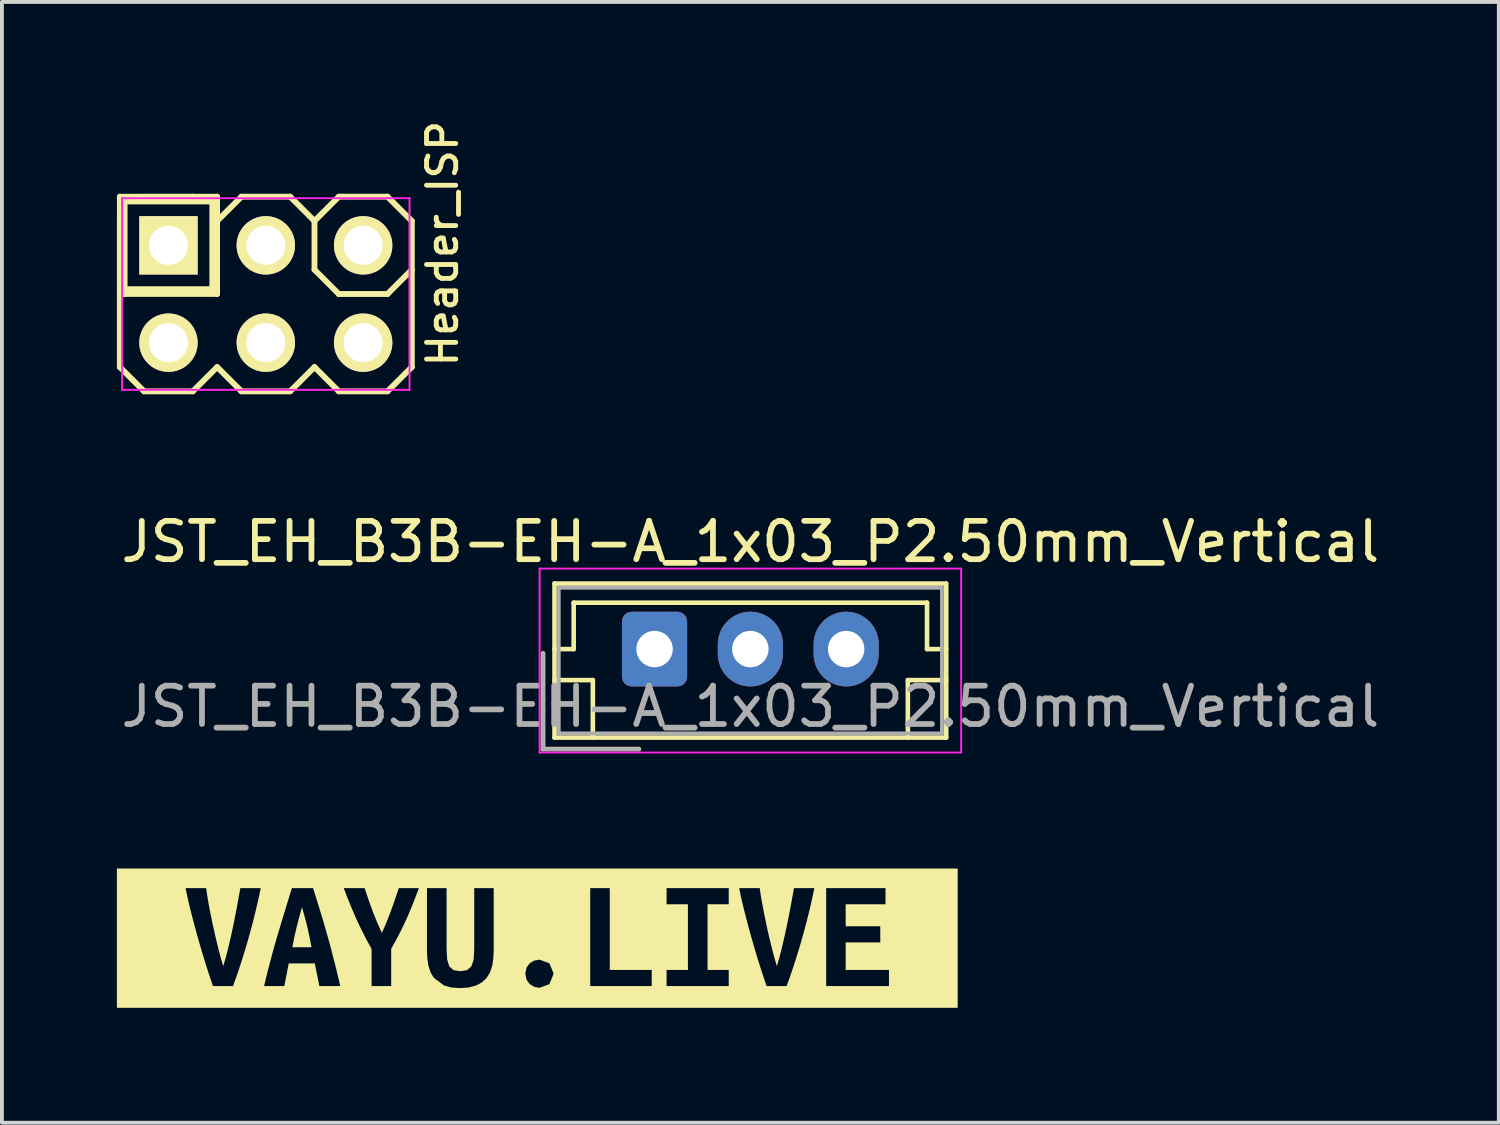
<source format=kicad_pcb>
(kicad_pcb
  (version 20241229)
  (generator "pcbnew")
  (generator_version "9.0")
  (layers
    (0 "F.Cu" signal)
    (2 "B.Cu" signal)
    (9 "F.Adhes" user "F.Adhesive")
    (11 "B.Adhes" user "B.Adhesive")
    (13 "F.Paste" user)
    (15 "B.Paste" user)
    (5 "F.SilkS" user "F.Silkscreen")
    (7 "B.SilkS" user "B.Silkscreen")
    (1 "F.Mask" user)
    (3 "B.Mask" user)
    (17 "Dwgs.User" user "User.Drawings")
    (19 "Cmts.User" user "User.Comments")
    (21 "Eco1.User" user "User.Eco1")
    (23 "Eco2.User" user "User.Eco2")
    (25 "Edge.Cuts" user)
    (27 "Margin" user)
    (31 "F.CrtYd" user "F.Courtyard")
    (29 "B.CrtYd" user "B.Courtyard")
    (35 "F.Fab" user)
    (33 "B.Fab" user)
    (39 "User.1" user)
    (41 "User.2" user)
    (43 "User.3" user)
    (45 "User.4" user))
  (footprint "Header_ISP"
    (layer "F.Cu")
    (at 3.886 4.622)
    (property "Reference" "Header_ISP" (at 4.61 -1.315 270) (layer "F.SilkS") (effects (font (size 0.762 0.762) (thickness 0.127))))
    (attr smd)
    (fp_line (start -3.81 -2.54) (end -3.175 -2.54) (stroke (width 0.15) (type solid)) (layer "F.SilkS"))
    (fp_line (start -3.81 -1.905) (end -3.81 -2.54) (stroke (width 0.15) (type solid)) (layer "F.SilkS"))
    (fp_line (start -3.81 1.905) (end -3.81 -1.905) (stroke (width 0.152) (type solid)) (layer "F.SilkS"))
    (fp_line (start -3.683 -2.413) (end -1.397 -2.413) (stroke (width 0.15) (type solid)) (layer "F.SilkS"))
    (fp_line (start -3.683 0) (end -3.683 -2.413) (stroke (width 0.15) (type solid)) (layer "F.SilkS"))
    (fp_line (start -3.175 -2.54) (end -1.905 -2.54) (stroke (width 0.152) (type solid)) (layer "F.SilkS"))
    (fp_line (start -3.175 2.54) (end -3.81 1.905) (stroke (width 0.152) (type solid)) (layer "F.SilkS"))
    (fp_line (start -1.905 -2.54) (end -1.27 -2.54) (stroke (width 0.15) (type solid)) (layer "F.SilkS"))
    (fp_line (start -1.905 2.54) (end -3.175 2.54) (stroke (width 0.152) (type solid)) (layer "F.SilkS"))
    (fp_line (start -1.397 -2.413) (end -1.397 -0.127) (stroke (width 0.15) (type solid)) (layer "F.SilkS"))
    (fp_line (start -1.397 -0.127) (end -3.683 -0.127) (stroke (width 0.15) (type solid)) (layer "F.SilkS"))
    (fp_line (start -1.27 -2.54) (end -1.27 -1.905) (stroke (width 0.15) (type solid)) (layer "F.SilkS"))
    (fp_line (start -1.27 -1.905) (end -1.27 0) (stroke (width 0.15) (type solid)) (layer "F.SilkS"))
    (fp_line (start -1.27 -1.905) (end -0.635 -2.54) (stroke (width 0.152) (type solid)) (layer "F.SilkS"))
    (fp_line (start -1.27 0) (end -3.81 0) (stroke (width 0.15) (type solid)) (layer "F.SilkS"))
    (fp_line (start -1.27 1.905) (end -1.905 2.54) (stroke (width 0.152) (type solid)) (layer "F.SilkS"))
    (fp_line (start -0.635 -2.54) (end 0.635 -2.54) (stroke (width 0.152) (type solid)) (layer "F.SilkS"))
    (fp_line (start -0.635 2.54) (end -1.27 1.905) (stroke (width 0.152) (type solid)) (layer "F.SilkS"))
    (fp_line (start 0.635 -2.54) (end 1.27 -1.905) (stroke (width 0.152) (type solid)) (layer "F.SilkS"))
    (fp_line (start 0.635 2.54) (end -0.635 2.54) (stroke (width 0.152) (type solid)) (layer "F.SilkS"))
    (fp_line (start 1.27 -1.905) (end 1.27 -0.635) (stroke (width 0.152) (type solid)) (layer "F.SilkS"))
    (fp_line (start 1.27 -1.905) (end 1.905 -2.54) (stroke (width 0.152) (type solid)) (layer "F.SilkS"))
    (fp_line (start 1.27 -0.635) (end 1.905 0) (stroke (width 0.152) (type solid)) (layer "F.SilkS"))
    (fp_line (start 1.27 1.905) (end 0.635 2.54) (stroke (width 0.152) (type solid)) (layer "F.SilkS"))
    (fp_line (start 1.905 -2.54) (end 3.175 -2.54) (stroke (width 0.152) (type solid)) (layer "F.SilkS"))
    (fp_line (start 1.905 0) (end 3.175 0) (stroke (width 0.152) (type solid)) (layer "F.SilkS"))
    (fp_line (start 1.905 2.54) (end 1.27 1.905) (stroke (width 0.152) (type solid)) (layer "F.SilkS"))
    (fp_line (start 3.175 -2.54) (end 3.81 -1.905) (stroke (width 0.152) (type solid)) (layer "F.SilkS"))
    (fp_line (start 3.175 0) (end 3.81 -0.635) (stroke (width 0.152) (type solid)) (layer "F.SilkS"))
    (fp_line (start 3.175 2.54) (end 1.905 2.54) (stroke (width 0.152) (type solid)) (layer "F.SilkS"))
    (fp_line (start 3.81 -1.905) (end 3.81 1.905) (stroke (width 0.152) (type solid)) (layer "F.SilkS"))
    (fp_line (start 3.81 1.905) (end 3.175 2.54) (stroke (width 0.152) (type solid)) (layer "F.SilkS"))
    (fp_line (start -3.75 -2.5) (end 3.75 -2.5) (stroke (width 0.05) (type solid)) (layer "F.CrtYd"))
    (fp_line (start -3.75 2.5) (end -3.75 -2.5) (stroke (width 0.05) (type solid)) (layer "F.CrtYd"))
    (fp_line (start 3.75 -2.5) (end 3.75 2.5) (stroke (width 0.05) (type solid)) (layer "F.CrtYd"))
    (fp_line (start 3.75 2.5) (end -3.75 2.5) (stroke (width 0.05) (type solid)) (layer "F.CrtYd"))
    (pad "1" thru_hole circle (at 2.54 1.27) (size 1.524 1.524) (drill 1.016) (layers "*.Cu" "*.Mask" "F.SilkS"))
    (pad "2" thru_hole circle (at 2.54 -1.27) (size 1.524 1.524) (drill 1.016) (layers "*.Cu" "*.Mask" "F.SilkS"))
    (pad "3" thru_hole circle (at 0 1.27) (size 1.524 1.524) (drill 1.016) (layers "*.Cu" "*.Mask" "F.SilkS"))
    (pad "4" thru_hole circle (at 0 -1.27) (size 1.524 1.524) (drill 1.016) (layers "*.Cu" "*.Mask" "F.SilkS"))
    (pad "5" thru_hole circle (at -2.54 1.27) (size 1.524 1.524) (drill 1.016) (layers "*.Cu" "*.Mask" "F.SilkS"))
    (pad "6" thru_hole rect (at -2.54 -1.27) (size 1.524 1.524) (drill 1.016) (layers "*.Cu" "*.Mask" "F.SilkS")))
  (footprint "JST_EH_B3B-EH-A_1x03_P2.50mm_Vertical"
    (layer "F.Cu")
    (at 14.03 13.887)
    (property "Reference" "JST_EH_B3B-EH-A_1x03_P2.50mm_Vertical" (at 2.5 -2.8 0) (layer "F.SilkS") (effects (font (size 1 1) (thickness 0.15))))
    (attr through_hole)
    (fp_line (start -2.91 0.11) (end -2.91 2.61) (stroke (width 0.12) (type solid)) (layer "F.SilkS"))
    (fp_line (start -2.91 2.61) (end -0.41 2.61) (stroke (width 0.12) (type solid)) (layer "F.SilkS"))
    (fp_line (start -2.61 -1.71) (end -2.61 2.31) (stroke (width 0.12) (type solid)) (layer "F.SilkS"))
    (fp_line (start -2.61 0) (end -2.11 0) (stroke (width 0.12) (type solid)) (layer "F.SilkS"))
    (fp_line (start -2.61 0.81) (end -1.61 0.81) (stroke (width 0.12) (type solid)) (layer "F.SilkS"))
    (fp_line (start -2.61 2.31) (end 7.61 2.31) (stroke (width 0.12) (type solid)) (layer "F.SilkS"))
    (fp_line (start -2.11 -1.21) (end 7.11 -1.21) (stroke (width 0.12) (type solid)) (layer "F.SilkS"))
    (fp_line (start -2.11 0) (end -2.11 -1.21) (stroke (width 0.12) (type solid)) (layer "F.SilkS"))
    (fp_line (start -1.61 0.81) (end -1.61 2.31) (stroke (width 0.12) (type solid)) (layer "F.SilkS"))
    (fp_line (start 6.61 0.81) (end 6.61 2.31) (stroke (width 0.12) (type solid)) (layer "F.SilkS"))
    (fp_line (start 7.11 -1.21) (end 7.11 0) (stroke (width 0.12) (type solid)) (layer "F.SilkS"))
    (fp_line (start 7.11 0) (end 7.61 0) (stroke (width 0.12) (type solid)) (layer "F.SilkS"))
    (fp_line (start 7.61 -1.71) (end -2.61 -1.71) (stroke (width 0.12) (type solid)) (layer "F.SilkS"))
    (fp_line (start 7.61 0.81) (end 6.61 0.81) (stroke (width 0.12) (type solid)) (layer "F.SilkS"))
    (fp_line (start 7.61 2.31) (end 7.61 -1.71) (stroke (width 0.12) (type solid)) (layer "F.SilkS"))
    (fp_line (start -3 -2.1) (end -3 2.7) (stroke (width 0.05) (type solid)) (layer "F.CrtYd"))
    (fp_line (start -3 2.7) (end 8 2.7) (stroke (width 0.05) (type solid)) (layer "F.CrtYd"))
    (fp_line (start 8 -2.1) (end -3 -2.1) (stroke (width 0.05) (type solid)) (layer "F.CrtYd"))
    (fp_line (start 8 2.7) (end 8 -2.1) (stroke (width 0.05) (type solid)) (layer "F.CrtYd"))
    (fp_line (start -2.91 0.11) (end -2.91 2.61) (stroke (width 0.1) (type solid)) (layer "F.Fab"))
    (fp_line (start -2.91 2.61) (end -0.41 2.61) (stroke (width 0.1) (type solid)) (layer "F.Fab"))
    (fp_line (start -2.5 -1.6) (end -2.5 2.2) (stroke (width 0.1) (type solid)) (layer "F.Fab"))
    (fp_line (start -2.5 2.2) (end 7.5 2.2) (stroke (width 0.1) (type solid)) (layer "F.Fab"))
    (fp_line (start 7.5 -1.6) (end -2.5 -1.6) (stroke (width 0.1) (type solid)) (layer "F.Fab"))
    (fp_line (start 7.5 2.2) (end 7.5 -1.6) (stroke (width 0.1) (type solid)) (layer "F.Fab"))
    (fp_text user "${REFERENCE}" (at 2.5 1.5 0) (layer "F.Fab") (effects (font (size 1 1) (thickness 0.15))))
    (pad "1" thru_hole roundrect (at 0 0) (size 1.7 1.95) (drill 0.95) (layers "*.Cu" "*.Mask") (roundrect_rratio 0.147))
    (pad "2" thru_hole oval (at 2.5 0) (size 1.7 1.95) (drill 0.95) (layers "*.Cu" "*.Mask"))
    (pad "3" thru_hole oval (at 5 0) (size 1.7 1.95) (drill 0.95) (layers "*.Cu" "*.Mask")))
  (footprint "label_vayu"
    (layer "F.Cu")
    (at 10.97 21.43)
    (property "Reference" "label_vayu" (at 0 -1.817 0) (layer "F.SilkS") (effects (font (size 0.001 0.001) (thickness 0.000003))))
    (attr exclude_from_pos_files exclude_from_bom)
    (fp_poly (pts (xy -6.14 -0.809) (xy -6.216 -0.535) (xy -6.282 -0.279) (xy -6.34 -0.025) (xy -6.391 0.239) (xy -5.892 0.239) (xy -5.942 -0.025) (xy -5.997 -0.279) (xy -6.063 -0.535) (xy -6.14 -0.809)) (stroke (width 0) (type solid)) (fill yes) (layer "F.SilkS"))
    (fp_poly (pts (xy -10.458 -1.817) (xy -8.463 1.251) (xy -8.566 0.947) (xy -8.674 0.607) (xy -8.747 0.368) (xy -8.817 0.129) (xy -8.884 -0.109) (xy -8.948 -0.343) (xy -9.007 -0.568) (xy -9.062 -0.784) (xy -9.13 -1.073) (xy -9.177 -1.304) (xy -8.641 -1.304) (xy -8.61 -1.09) (xy -8.567 -0.844) (xy -8.515 -0.578) (xy -8.457 -0.303) (xy -8.395 -0.027) (xy -8.329 0.246) (xy -8.262 0.502) (xy -8.195 0.731) (xy -8.129 0.505) (xy -8.063 0.25) (xy -7.999 -0.023) (xy -7.939 -0.299) (xy -7.884 -0.574) (xy -7.832 -0.842) (xy -7.787 -1.09) (xy -7.749 -1.304) (xy -7.217 -1.304) (xy -7.272 -1.042) (xy -7.339 -0.751) (xy -7.416 -0.438) (xy -7.504 -0.109) (xy -7.568 0.116) (xy -7.636 0.345) (xy -7.708 0.576) (xy -7.783 0.806) (xy -7.86 1.031) (xy -7.939 1.251) (xy -8.463 1.251) (xy -10.458 -1.817) (xy -10.97 -1.817) (xy -10.97 1.817) (xy -5.686 1.251) (xy -5.805 0.66) (xy -6.486 0.66) (xy -6.602 1.251) (xy -7.13 1.251) (xy -7.057 0.954) (xy -6.984 0.668) (xy -6.911 0.393) (xy -6.837 0.128) (xy -6.763 -0.126) (xy -6.671 -0.432) (xy -6.58 -0.731) (xy -6.491 -1.022) (xy -6.404 -1.304) (xy -5.851 -1.304) (xy -5.76 -1.019) (xy -5.67 -0.726) (xy -5.579 -0.424) (xy -5.49 -0.114) (xy -5.418 0.142) (xy -4.469 0.016) (xy -4.601 -0.245) (xy -4.722 -0.501) (xy -4.834 -0.76) (xy -4.944 -1.028) (xy -5.05 -1.304) (xy -4.505 -1.304) (xy -4.405 -1.005) (xy -4.295 -0.7) (xy -4.177 -0.405) (xy -4.055 -0.136) (xy -3.95 -0.376) (xy -3.83 -0.681) (xy -3.772 -0.843) (xy -3.715 -1.007) (xy -3.614 -1.304) (xy -3.089 -1.304) (xy -3.168 -1.097) (xy -3.246 -0.896) (xy -3.327 -0.699) (xy -3.411 -0.504) (xy -3.501 -0.31) (xy -3.597 -0.118) (xy -3.7 0.077) (xy -3.812 0.277) (xy -3.812 1.251) (xy -4.324 1.251) (xy -4.324 0.281) (xy -4.469 0.016) (xy -5.418 0.142) (xy -5.348 0.407) (xy -5.278 0.68) (xy -5.209 0.961) (xy -5.141 1.251) (xy -5.686 1.251) (xy -10.97 1.817) (xy -10.458 1.817) (xy -2.016 1.304) (xy -2.244 1.287) (xy -2.431 1.236) (xy -2.697 1.04) (xy -2.782 0.899) (xy -2.838 0.731) (xy -2.869 0.539) (xy -2.879 0.326) (xy -2.879 -1.304) (xy -2.367 -1.304) (xy -2.367 0.293) (xy -2.351 0.563) (xy -2.295 0.739) (xy -2.186 0.834) (xy -2.008 0.863) (xy -1.831 0.834) (xy -1.719 0.737) (xy -1.661 0.559) (xy -1.645 0.289) (xy -1.645 -1.304) (xy -1.137 -1.304) (xy -1.137 0.326) (xy -1.147 0.539) (xy -1.178 0.731) (xy -0.312 0.925) (xy -0.281 0.77) (xy -0.198 0.656) (xy -0.08 0.586) (xy 0.06 0.561) (xy 0.316 0.656) (xy 0.427 0.925) (xy 0.316 1.201) (xy 0.06 1.296) (xy -0.08 1.271) (xy -0.198 1.199) (xy -0.281 1.083) (xy -0.312 0.925) (xy -1.178 0.731) (xy -1.235 0.899) (xy -1.323 1.04) (xy -1.443 1.153) (xy -1.595 1.236) (xy -1.785 1.287) (xy -2.016 1.304) (xy -10.458 1.817) (xy 10.458 1.817) (xy 2.986 1.251) (xy 1.381 1.251) (xy 1.381 -1.304) (xy 1.892 -1.304) (xy 1.892 0.83) (xy 2.986 0.83) (xy 2.986 1.251) (xy 10.458 1.817) (xy 10.97 1.817) (xy 3.374 1.251) (xy 3.374 0.83) (xy 3.931 0.83) (xy 3.931 -0.883) (xy 3.374 -0.883) (xy 3.374 -1.304) (xy 4.996 -1.304) (xy 4.996 -0.883) (xy 4.443 -0.883) (xy 4.443 0.83) (xy 4.996 0.83) (xy 5.983 1.251) (xy 5.881 0.947) (xy 5.772 0.607) (xy 5.699 0.368) (xy 5.629 0.129) (xy 5.562 -0.109) (xy 5.498 -0.343) (xy 5.439 -0.568) (xy 5.384 -0.784) (xy 5.316 -1.073) (xy 5.269 -1.304) (xy 5.805 -1.304) (xy 5.836 -1.09) (xy 5.88 -0.844) (xy 5.932 -0.578) (xy 5.989 -0.303) (xy 6.051 -0.027) (xy 6.117 0.246) (xy 6.185 0.502) (xy 6.251 0.731) (xy 6.317 0.505) (xy 6.383 0.25) (xy 6.447 -0.023) (xy 6.507 -0.299) (xy 6.563 -0.574) (xy 6.614 -0.842) (xy 6.66 -1.09) (xy 6.697 -1.304) (xy 7.229 -1.304) (xy 7.174 -1.042) (xy 7.108 -0.751) (xy 7.03 -0.438) (xy 6.942 -0.109) (xy 6.878 0.116) (xy 6.81 0.345) (xy 6.738 0.576) (xy 6.663 0.806) (xy 6.586 1.031) (xy 6.507 1.251) (xy 5.983 1.251) (xy 4.996 0.83) (xy 4.996 1.251) (xy 3.374 1.251) (xy 10.97 1.817) (xy 10.97 -1.817) (xy 8.95 -0.31) (xy 8.95 0.111) (xy 8.047 0.111) (xy 8.047 0.83) (xy 9.177 0.83) (xy 9.177 1.251) (xy 7.539 1.251) (xy 7.539 -1.304) (xy 9.087 -1.304) (xy 9.087 -0.883) (xy 8.047 -0.883) (xy 8.047 -0.31) (xy 8.95 -0.31) (xy 10.97 -1.817) (xy 10.458 -1.817) (xy -10.458 -1.817)) (stroke (width 0) (type solid)) (fill yes) (layer "F.SilkS")))
  (gr_rect
    (start -3 -3)
    (end 36.06 26.247)
    (stroke (width 0.1) (type default))
    (fill no)
    (layer "Edge.Cuts")))
</source>
